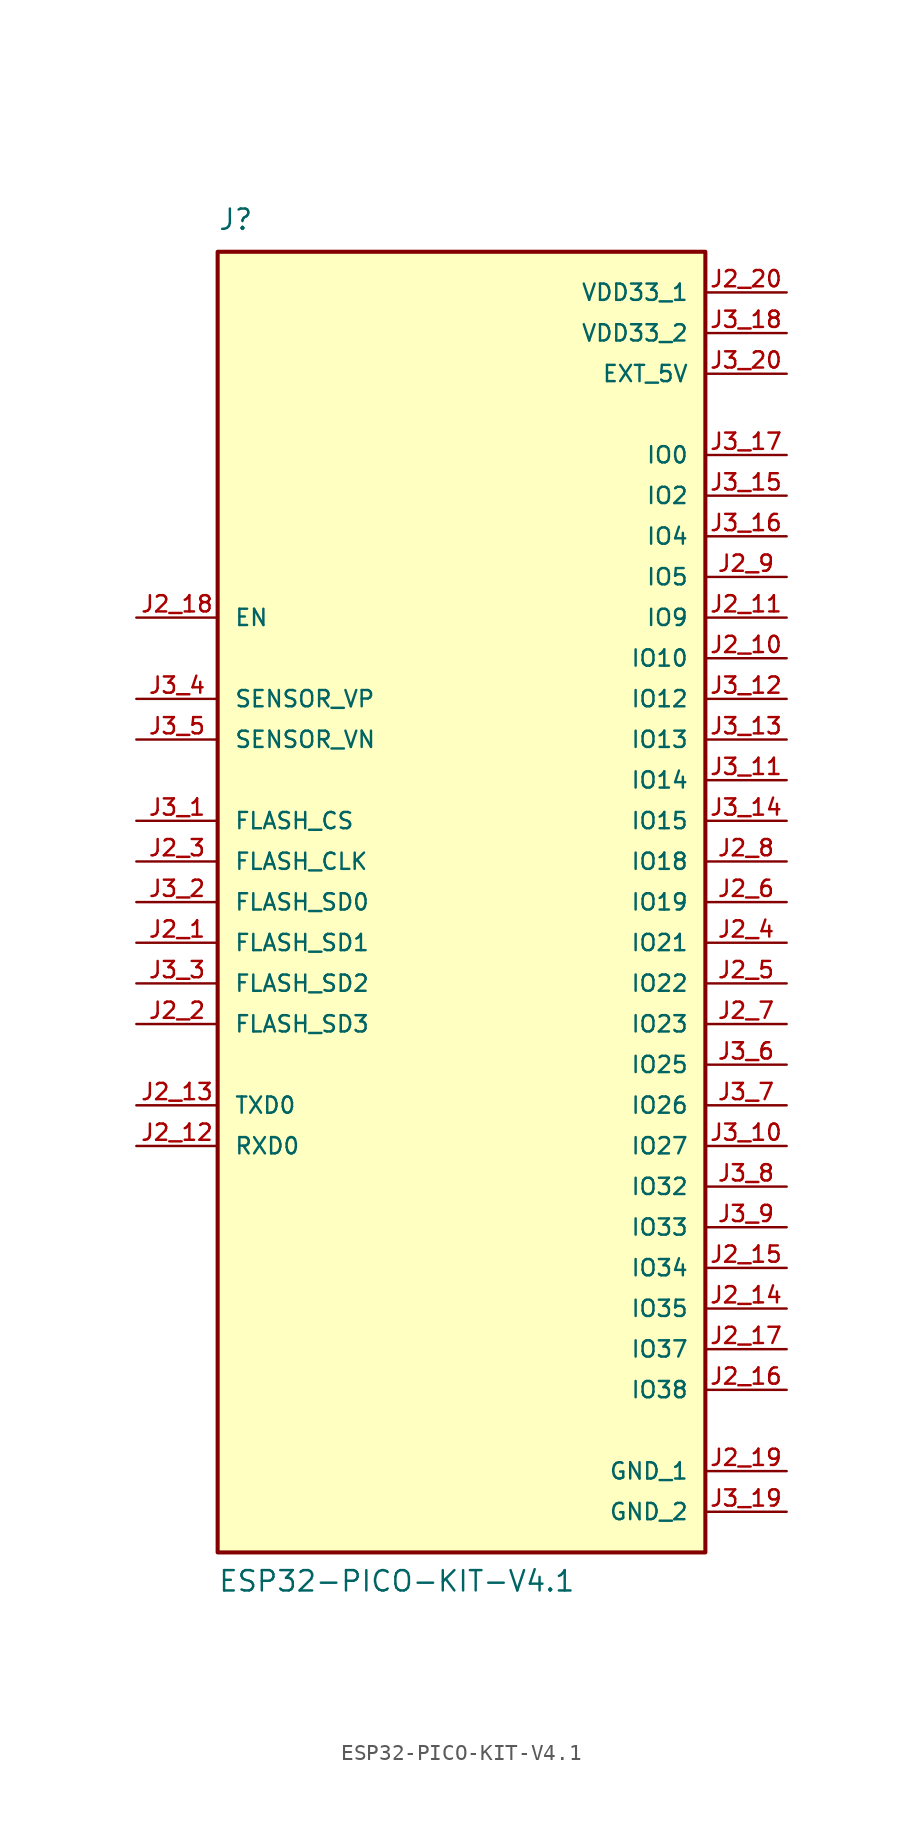
<source format=kicad_sym>
(kicad_symbol_lib
  (version 20211014)
  (generator kicad_symbol_editor)
  (symbol "ESP32-PICO-KIT-V4.1"
    (pin_names
      (offset 1.016))
    (property "Reference" "J"
      (at -15.24 41.91 0)
      (effects (font (size 1.27 1.27)) (justify bottom left)))
    (property "Value" "ESP32-PICO-KIT-V4.1"
      (at -15.24 -43.18 0)
      (effects (font (size 1.27 1.27)) (justify bottom left)))
    (symbol "ESP32-PICO-KIT-V4.1_0_0"
      (rectangle (start -15.24 -40.64) (end 15.24 40.64) (stroke (width 0.254)) (fill (type background)))
      (pin bidirectional line (at -20.32 -2.54 0) (length 5.08) (name "FLASH_SD1" (effects (font (size 1.016 1.016)))) (number "J2_1" (effects (font (size 1.016 1.016)))))
      (pin bidirectional line (at -20.32 -7.62 0) (length 5.08) (name "FLASH_SD3" (effects (font (size 1.016 1.016)))) (number "J2_2" (effects (font (size 1.016 1.016)))))
      (pin bidirectional line (at -20.32 2.54 0) (length 5.08) (name "FLASH_CLK" (effects (font (size 1.016 1.016)))) (number "J2_3" (effects (font (size 1.016 1.016)))))
      (pin bidirectional line (at 20.32 -2.54 180.0) (length 5.08) (name "IO21" (effects (font (size 1.016 1.016)))) (number "J2_4" (effects (font (size 1.016 1.016)))))
      (pin bidirectional line (at 20.32 -5.08 180.0) (length 5.08) (name "IO22" (effects (font (size 1.016 1.016)))) (number "J2_5" (effects (font (size 1.016 1.016)))))
      (pin bidirectional line (at 20.32 0.0 180.0) (length 5.08) (name "IO19" (effects (font (size 1.016 1.016)))) (number "J2_6" (effects (font (size 1.016 1.016)))))
      (pin bidirectional line (at 20.32 -7.62 180.0) (length 5.08) (name "IO23" (effects (font (size 1.016 1.016)))) (number "J2_7" (effects (font (size 1.016 1.016)))))
      (pin bidirectional line (at 20.32 2.54 180.0) (length 5.08) (name "IO18" (effects (font (size 1.016 1.016)))) (number "J2_8" (effects (font (size 1.016 1.016)))))
      (pin bidirectional line (at 20.32 20.32 180.0) (length 5.08) (name "IO5" (effects (font (size 1.016 1.016)))) (number "J2_9" (effects (font (size 1.016 1.016)))))
      (pin bidirectional line (at 20.32 15.24 180.0) (length 5.08) (name "IO10" (effects (font (size 1.016 1.016)))) (number "J2_10" (effects (font (size 1.016 1.016)))))
      (pin bidirectional line (at 20.32 17.78 180.0) (length 5.08) (name "IO9" (effects (font (size 1.016 1.016)))) (number "J2_11" (effects (font (size 1.016 1.016)))))
      (pin bidirectional line (at -20.32 -15.24 0) (length 5.08) (name "RXD0" (effects (font (size 1.016 1.016)))) (number "J2_12" (effects (font (size 1.016 1.016)))))
      (pin bidirectional line (at -20.32 -12.7 0) (length 5.08) (name "TXD0" (effects (font (size 1.016 1.016)))) (number "J2_13" (effects (font (size 1.016 1.016)))))
      (pin input line (at 20.32 -25.4 180.0) (length 5.08) (name "IO35" (effects (font (size 1.016 1.016)))) (number "J2_14" (effects (font (size 1.016 1.016)))))
      (pin input line (at 20.32 -22.86 180.0) (length 5.08) (name "IO34" (effects (font (size 1.016 1.016)))) (number "J2_15" (effects (font (size 1.016 1.016)))))
      (pin input line (at 20.32 -30.48 180.0) (length 5.08) (name "IO38" (effects (font (size 1.016 1.016)))) (number "J2_16" (effects (font (size 1.016 1.016)))))
      (pin input line (at 20.32 -27.94 180.0) (length 5.08) (name "IO37" (effects (font (size 1.016 1.016)))) (number "J2_17" (effects (font (size 1.016 1.016)))))
      (pin input line (at -20.32 17.78 0) (length 5.08) (name "EN" (effects (font (size 1.016 1.016)))) (number "J2_18" (effects (font (size 1.016 1.016)))))
      (pin power_in line (at 20.32 -35.56 180.0) (length 5.08) (name "GND_1" (effects (font (size 1.016 1.016)))) (number "J2_19" (effects (font (size 1.016 1.016)))))
      (pin power_in line (at 20.32 38.1 180.0) (length 5.08) (name "VDD33_1" (effects (font (size 1.016 1.016)))) (number "J2_20" (effects (font (size 1.016 1.016)))))
      (pin bidirectional line (at -20.32 5.08 0) (length 5.08) (name "FLASH_CS" (effects (font (size 1.016 1.016)))) (number "J3_1" (effects (font (size 1.016 1.016)))))
      (pin bidirectional line (at -20.32 0.0 0) (length 5.08) (name "FLASH_SD0" (effects (font (size 1.016 1.016)))) (number "J3_2" (effects (font (size 1.016 1.016)))))
      (pin bidirectional line (at -20.32 -5.08 0) (length 5.08) (name "FLASH_SD2" (effects (font (size 1.016 1.016)))) (number "J3_3" (effects (font (size 1.016 1.016)))))
      (pin input line (at -20.32 12.7 0) (length 5.08) (name "SENSOR_VP" (effects (font (size 1.016 1.016)))) (number "J3_4" (effects (font (size 1.016 1.016)))))
      (pin input line (at -20.32 10.16 0) (length 5.08) (name "SENSOR_VN" (effects (font (size 1.016 1.016)))) (number "J3_5" (effects (font (size 1.016 1.016)))))
      (pin bidirectional line (at 20.32 -10.16 180.0) (length 5.08) (name "IO25" (effects (font (size 1.016 1.016)))) (number "J3_6" (effects (font (size 1.016 1.016)))))
      (pin bidirectional line (at 20.32 -12.7 180.0) (length 5.08) (name "IO26" (effects (font (size 1.016 1.016)))) (number "J3_7" (effects (font (size 1.016 1.016)))))
      (pin bidirectional line (at 20.32 -17.78 180.0) (length 5.08) (name "IO32" (effects (font (size 1.016 1.016)))) (number "J3_8" (effects (font (size 1.016 1.016)))))
      (pin bidirectional line (at 20.32 -20.32 180.0) (length 5.08) (name "IO33" (effects (font (size 1.016 1.016)))) (number "J3_9" (effects (font (size 1.016 1.016)))))
      (pin bidirectional line (at 20.32 -15.24 180.0) (length 5.08) (name "IO27" (effects (font (size 1.016 1.016)))) (number "J3_10" (effects (font (size 1.016 1.016)))))
      (pin bidirectional line (at 20.32 7.62 180.0) (length 5.08) (name "IO14" (effects (font (size 1.016 1.016)))) (number "J3_11" (effects (font (size 1.016 1.016)))))
      (pin bidirectional line (at 20.32 12.7 180.0) (length 5.08) (name "IO12" (effects (font (size 1.016 1.016)))) (number "J3_12" (effects (font (size 1.016 1.016)))))
      (pin bidirectional line (at 20.32 10.16 180.0) (length 5.08) (name "IO13" (effects (font (size 1.016 1.016)))) (number "J3_13" (effects (font (size 1.016 1.016)))))
      (pin bidirectional line (at 20.32 5.08 180.0) (length 5.08) (name "IO15" (effects (font (size 1.016 1.016)))) (number "J3_14" (effects (font (size 1.016 1.016)))))
      (pin bidirectional line (at 20.32 25.4 180.0) (length 5.08) (name "IO2" (effects (font (size 1.016 1.016)))) (number "J3_15" (effects (font (size 1.016 1.016)))))
      (pin bidirectional line (at 20.32 22.86 180.0) (length 5.08) (name "IO4" (effects (font (size 1.016 1.016)))) (number "J3_16" (effects (font (size 1.016 1.016)))))
      (pin bidirectional line (at 20.32 27.94 180.0) (length 5.08) (name "IO0" (effects (font (size 1.016 1.016)))) (number "J3_17" (effects (font (size 1.016 1.016)))))
      (pin power_in line (at 20.32 35.56 180.0) (length 5.08) (name "VDD33_2" (effects (font (size 1.016 1.016)))) (number "J3_18" (effects (font (size 1.016 1.016)))))
      (pin power_in line (at 20.32 -38.1 180.0) (length 5.08) (name "GND_2" (effects (font (size 1.016 1.016)))) (number "J3_19" (effects (font (size 1.016 1.016)))))
      (pin power_in line (at 20.32 33.02 180.0) (length 5.08) (name "EXT_5V" (effects (font (size 1.016 1.016)))) (number "J3_20" (effects (font (size 1.016 1.016))))))))
</source>
